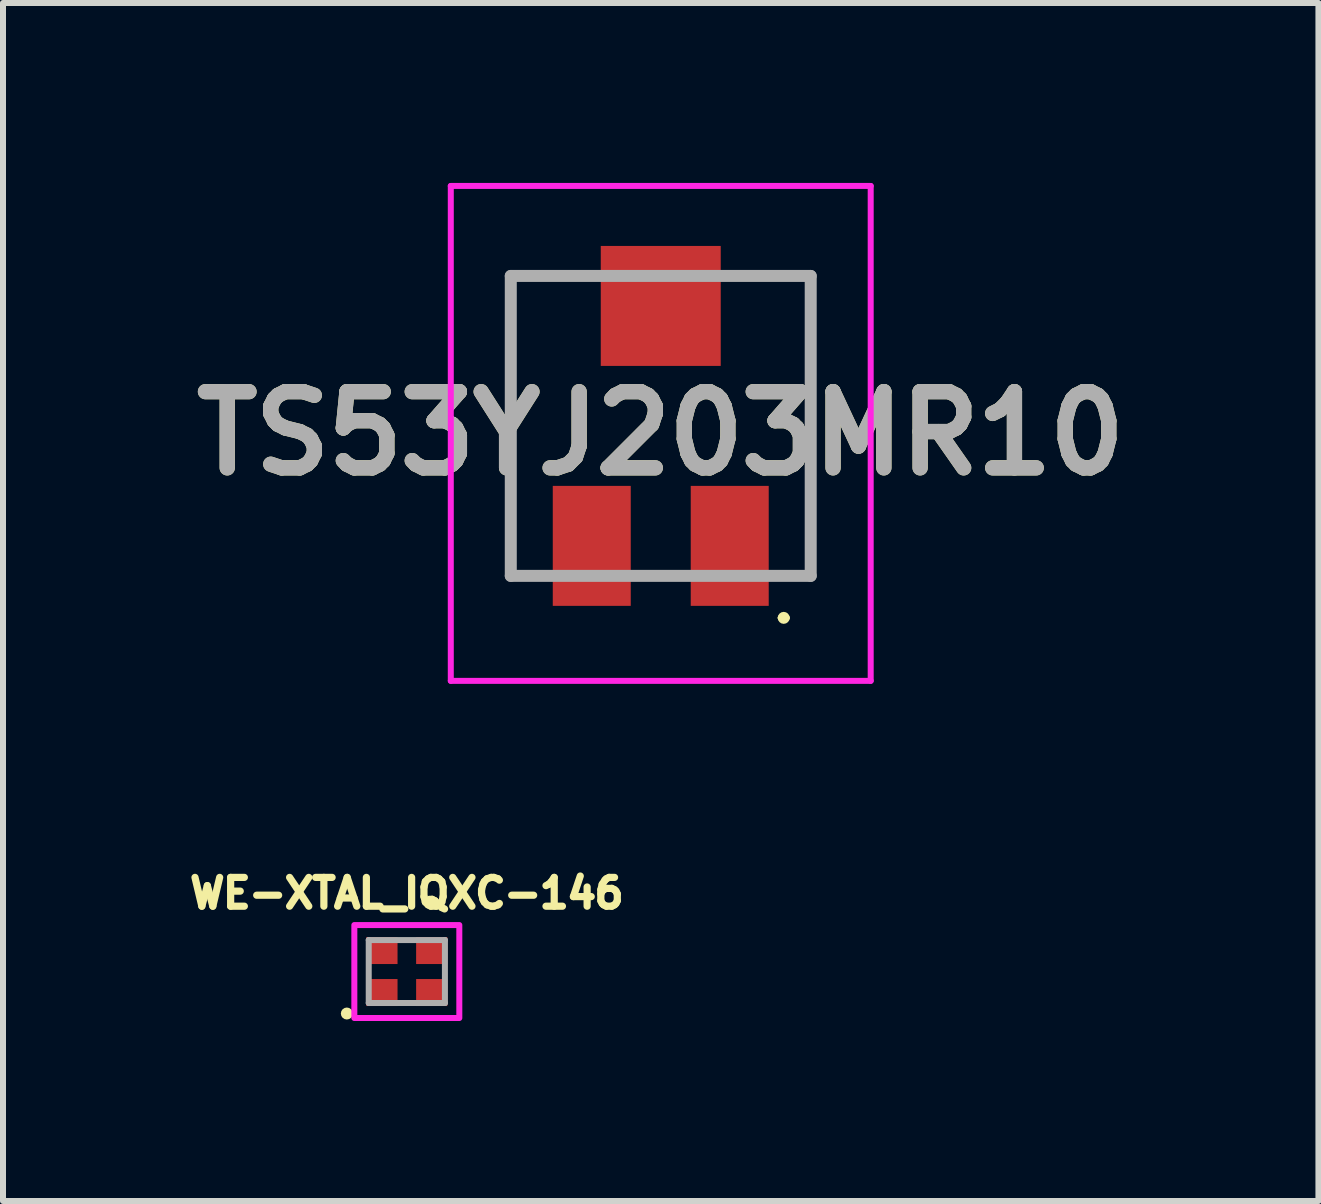
<source format=kicad_pcb>
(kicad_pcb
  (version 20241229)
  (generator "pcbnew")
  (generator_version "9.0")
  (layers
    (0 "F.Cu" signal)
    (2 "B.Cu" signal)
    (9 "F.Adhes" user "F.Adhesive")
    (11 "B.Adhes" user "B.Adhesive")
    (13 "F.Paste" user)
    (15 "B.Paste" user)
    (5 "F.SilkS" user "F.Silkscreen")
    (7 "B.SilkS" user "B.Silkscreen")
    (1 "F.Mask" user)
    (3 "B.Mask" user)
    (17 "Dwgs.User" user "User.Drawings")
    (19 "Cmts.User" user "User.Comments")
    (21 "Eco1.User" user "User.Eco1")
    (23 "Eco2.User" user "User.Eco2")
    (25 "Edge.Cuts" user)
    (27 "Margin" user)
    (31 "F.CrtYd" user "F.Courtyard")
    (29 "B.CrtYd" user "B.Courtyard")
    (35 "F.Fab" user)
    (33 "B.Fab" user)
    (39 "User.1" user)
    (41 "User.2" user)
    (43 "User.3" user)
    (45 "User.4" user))
  (footprint "WE-XTAL_IQXC-146"
    (layer "F.Cu")
    (at 3.732 13.146)
    (property "Reference" "WE-XTAL_IQXC-146" (at 0 -1.305 0) (layer "F.SilkS") (effects (font (size 0.48 0.48) (thickness 0.15))))
    (attr smd)
    (fp_circle (center -1 0.7) (end -0.95 0.7) (stroke (width 0.1) (type solid)) (fill no) (layer "F.SilkS"))
    (fp_poly (pts (xy -0.875 -0.775) (xy 0.875 -0.775) (xy 0.875 0.775) (xy -0.875 0.775)) (stroke (width 0.1) (type solid)) (fill no) (layer "F.CrtYd"))
    (fp_line (start -0.635 -0.525) (end 0.635 -0.525) (stroke (width 0.1) (type solid)) (layer "F.Fab"))
    (fp_line (start -0.635 0.525) (end -0.635 -0.525) (stroke (width 0.1) (type solid)) (layer "F.Fab"))
    (fp_line (start 0.635 -0.525) (end 0.635 0.525) (stroke (width 0.1) (type solid)) (layer "F.Fab"))
    (fp_line (start 0.635 0.525) (end -0.635 0.525) (stroke (width 0.1) (type solid)) (layer "F.Fab"))
    (pad "1" smd rect (at -0.415 0.35) (size 0.52 0.45) (layers "F.Cu" "F.Mask" "F.Paste"))
    (pad "2" smd rect (at 0.415 0.35) (size 0.52 0.45) (layers "F.Cu" "F.Mask" "F.Paste"))
    (pad "3" smd rect (at 0.415 -0.35) (size 0.52 0.45) (layers "F.Cu" "F.Mask" "F.Paste"))
    (pad "4" smd rect (at -0.415 -0.35) (size 0.52 0.45) (layers "F.Cu" "F.Mask" "F.Paste")))
  (footprint "TS53YJ203MR10"
    (layer "F.Cu")
    (at 7.965 4.05)
    (property "Reference" "TS53YJ203MR10" (at 0 0.125 0) (layer "F.SilkS") (effects (font (size 1.27 1.27) (thickness 0.254))))
    (attr smd)
    (fp_line (start -2.5 -2.5) (end -2.5 -2) (stroke (width 0.1) (type solid)) (layer "F.SilkS"))
    (fp_line (start -2.5 1.8) (end -2.5 -1.8) (stroke (width 0.1) (type solid)) (layer "F.SilkS"))
    (fp_line (start -1.4 -2.5) (end -2.5 -2.5) (stroke (width 0.1) (type solid)) (layer "F.SilkS"))
    (fp_line (start 1.4 -2.5) (end 2.5 -2.5) (stroke (width 0.1) (type solid)) (layer "F.SilkS"))
    (fp_line (start 2 3.2) (end 2 3.2) (stroke (width 0.1) (type solid)) (layer "F.SilkS"))
    (fp_line (start 2.1 3.2) (end 2.1 3.2) (stroke (width 0.1) (type solid)) (layer "F.SilkS"))
    (fp_line (start 2.5 -2.5) (end 2.5 -1.8) (stroke (width 0.1) (type solid)) (layer "F.SilkS"))
    (fp_line (start 2.5 2.4) (end 2.5 -1.8) (stroke (width 0.1) (type solid)) (layer "F.SilkS"))
    (fp_arc (start 2 3.2) (mid 2.05 3.15) (end 2.1 3.2) (stroke (width 0.1) (type solid)) (layer "F.SilkS"))
    (fp_arc (start 2.1 3.2) (mid 2.05 3.25) (end 2 3.2) (stroke (width 0.1) (type solid)) (layer "F.SilkS"))
    (fp_line (start -3.5 -4) (end 3.5 -4) (stroke (width 0.1) (type solid)) (layer "F.CrtYd"))
    (fp_line (start -3.5 4.25) (end -3.5 -4) (stroke (width 0.1) (type solid)) (layer "F.CrtYd"))
    (fp_line (start 3.5 -4) (end 3.5 4.25) (stroke (width 0.1) (type solid)) (layer "F.CrtYd"))
    (fp_line (start 3.5 4.25) (end -3.5 4.25) (stroke (width 0.1) (type solid)) (layer "F.CrtYd"))
    (fp_line (start -2.5 -2.5) (end 2.5 -2.5) (stroke (width 0.2) (type solid)) (layer "F.Fab"))
    (fp_line (start -2.5 2.5) (end -2.5 -2.5) (stroke (width 0.2) (type solid)) (layer "F.Fab"))
    (fp_line (start 2.5 -2.5) (end 2.5 2.5) (stroke (width 0.2) (type solid)) (layer "F.Fab"))
    (fp_line (start 2.5 2.5) (end -2.5 2.5) (stroke (width 0.2) (type solid)) (layer "F.Fab"))
    (fp_text user "${REFERENCE}" (at 0 0.125 0) (layer "F.Fab") (effects (font (size 1.27 1.27) (thickness 0.254))))
    (pad "A1" smd rect (at 1.15 2) (size 1.3 2) (layers "F.Cu" "F.Mask" "F.Paste"))
    (pad "B1" smd rect (at 0 -2 90) (size 2 2) (layers "F.Cu" "F.Mask" "F.Paste"))
    (pad "C1" smd rect (at -1.15 2) (size 1.3 2) (layers "F.Cu" "F.Mask" "F.Paste")))
  (gr_rect
    (start -3 -3)
    (end 18.929 16.971)
    (stroke (width 0.1) (type default))
    (fill no)
    (layer "Edge.Cuts")))
</source>
